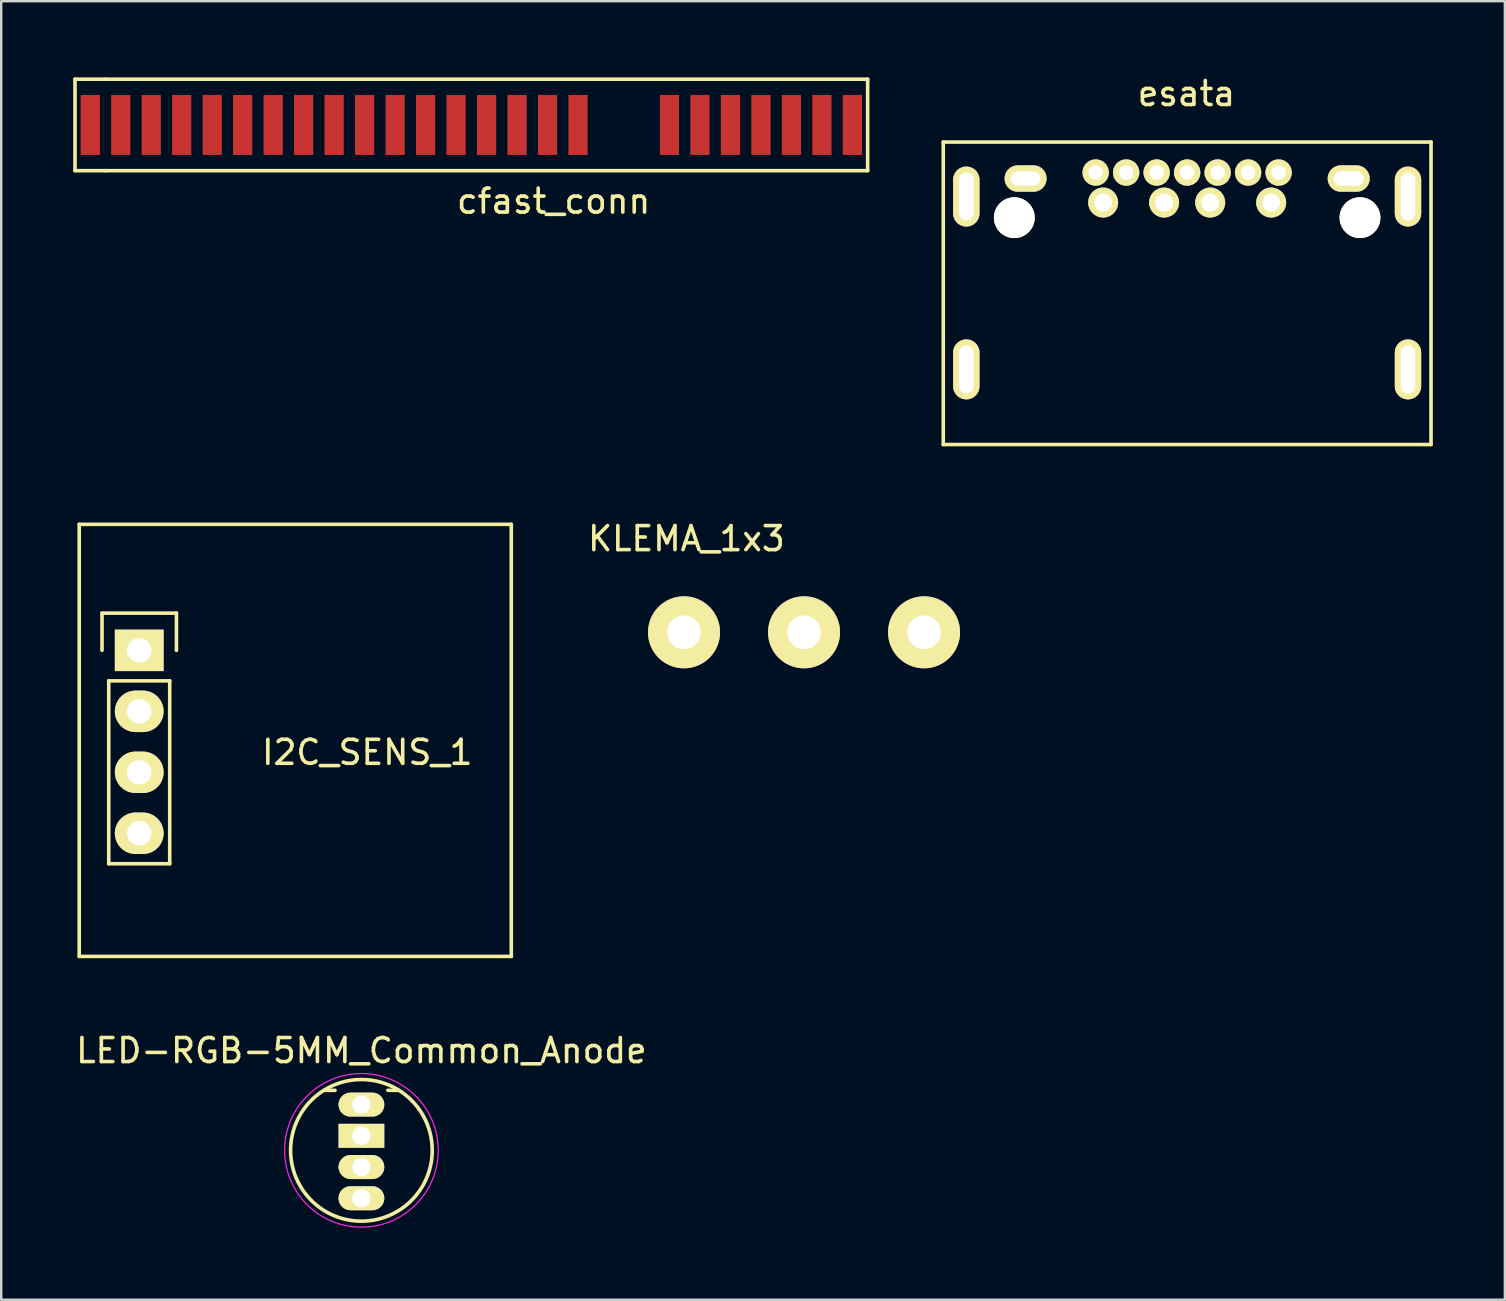
<source format=kicad_pcb>
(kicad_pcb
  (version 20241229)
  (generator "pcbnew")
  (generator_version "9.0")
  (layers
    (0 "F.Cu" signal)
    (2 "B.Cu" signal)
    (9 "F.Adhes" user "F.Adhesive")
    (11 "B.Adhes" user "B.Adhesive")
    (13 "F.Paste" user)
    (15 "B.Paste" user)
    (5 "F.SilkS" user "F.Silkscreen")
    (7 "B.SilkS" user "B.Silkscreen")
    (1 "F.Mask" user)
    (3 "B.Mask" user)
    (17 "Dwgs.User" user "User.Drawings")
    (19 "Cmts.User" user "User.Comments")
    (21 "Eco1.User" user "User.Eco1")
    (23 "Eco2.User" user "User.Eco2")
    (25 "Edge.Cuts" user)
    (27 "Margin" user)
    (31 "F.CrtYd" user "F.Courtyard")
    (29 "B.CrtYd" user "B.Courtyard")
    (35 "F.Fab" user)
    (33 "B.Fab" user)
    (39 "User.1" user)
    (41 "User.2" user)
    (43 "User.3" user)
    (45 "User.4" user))
  (footprint "cfast_conn"
    (layer "F.Cu")
    (at 18.109 0.25)
    (property "Reference" "cfast_conn" (at 1.905 5.08 0) (layer "F.SilkS") (effects (font (size 1 1) (thickness 0.15))))
    (attr through_hole)
    (fp_line (start -18.034 0) (end -18.034 3.81) (stroke (width 0.15) (type solid)) (layer "F.SilkS"))
    (fp_line (start -18.034 3.81) (end -16.764 3.81) (stroke (width 0.15) (type solid)) (layer "F.SilkS"))
    (fp_line (start -16.764 0) (end -18.034 0) (stroke (width 0.15) (type solid)) (layer "F.SilkS"))
    (fp_line (start -16.764 0) (end 14.986 0) (stroke (width 0.15) (type solid)) (layer "F.SilkS"))
    (fp_line (start 14.986 0) (end 14.986 3.81) (stroke (width 0.15) (type solid)) (layer "F.SilkS"))
    (fp_line (start 14.986 3.81) (end -16.764 3.81) (stroke (width 0.15) (type solid)) (layer "F.SilkS"))
    (pad "PC1" smd rect (at 2.921 1.905) (size 0.8 2.5) (layers "F.Cu" "F.Mask" "F.Paste"))
    (pad "PC2" smd rect (at 1.651 1.905) (size 0.8 2.5) (layers "F.Cu" "F.Mask" "F.Paste"))
    (pad "PC3" smd rect (at 0.381 1.905) (size 0.8 2.5) (layers "F.Cu" "F.Mask" "F.Paste"))
    (pad "PC4" smd rect (at -0.889 1.905) (size 0.8 2.5) (layers "F.Cu" "F.Mask" "F.Paste"))
    (pad "PC5" smd rect (at -2.159 1.905) (size 0.8 2.5) (layers "F.Cu" "F.Mask" "F.Paste"))
    (pad "PC6" smd rect (at -3.429 1.905) (size 0.8 2.5) (layers "F.Cu" "F.Mask" "F.Paste"))
    (pad "PC7" smd rect (at -4.699 1.905) (size 0.8 2.5) (layers "F.Cu" "F.Mask" "F.Paste"))
    (pad "PC8" smd rect (at -5.969 1.905) (size 0.8 2.5) (layers "F.Cu" "F.Mask" "F.Paste"))
    (pad "PC9" smd rect (at -7.239 1.905) (size 0.8 2.5) (layers "F.Cu" "F.Mask" "F.Paste"))
    (pad "PC10" smd rect (at -8.509 1.905) (size 0.8 2.5) (layers "F.Cu" "F.Mask" "F.Paste"))
    (pad "PC11" smd rect (at -9.779 1.905) (size 0.8 2.5) (layers "F.Cu" "F.Mask" "F.Paste"))
    (pad "PC12" smd rect (at -11.049 1.905) (size 0.8 2.5) (layers "F.Cu" "F.Mask" "F.Paste"))
    (pad "PC13" smd rect (at -12.319 1.905) (size 0.8 2.5) (layers "F.Cu" "F.Mask" "F.Paste"))
    (pad "PC14" smd rect (at -13.589 1.905) (size 0.8 2.5) (layers "F.Cu" "F.Mask" "F.Paste"))
    (pad "PC15" smd rect (at -14.859 1.905) (size 0.8 2.5) (layers "F.Cu" "F.Mask" "F.Paste"))
    (pad "PC16" smd rect (at -16.129 1.905) (size 0.8 2.5) (layers "F.Cu" "F.Mask" "F.Paste"))
    (pad "PC17" smd rect (at -17.399 1.905) (size 0.8 2.5) (layers "F.Cu" "F.Mask" "F.Paste"))
    (pad "S1" smd rect (at 14.351 1.905) (size 0.8 2.5) (layers "F.Cu" "F.Mask" "F.Paste"))
    (pad "S2" smd rect (at 13.081 1.905) (size 0.8 2.5) (layers "F.Cu" "F.Mask" "F.Paste"))
    (pad "S3" smd rect (at 11.811 1.905) (size 0.8 2.5) (layers "F.Cu" "F.Mask" "F.Paste"))
    (pad "S4" smd rect (at 10.541 1.905) (size 0.8 2.5) (layers "F.Cu" "F.Mask" "F.Paste"))
    (pad "S5" smd rect (at 9.271 1.905) (size 0.8 2.5) (layers "F.Cu" "F.Mask" "F.Paste"))
    (pad "S6" smd rect (at 8.001 1.905) (size 0.8 2.5) (layers "F.Cu" "F.Mask" "F.Paste"))
    (pad "S7" smd rect (at 6.731 1.905) (size 0.8 2.5) (layers "F.Cu" "F.Mask" "F.Paste")))
  (footprint "I2C_SENS_1"
    (layer "F.Cu")
    (at 0.25 18.793)
    (property "Reference" "I2C_SENS_1" (at 12 9.5 0) (layer "F.SilkS") (effects (font (size 1 1) (thickness 0.15))))
    (attr through_hole)
    (fp_line (start 0 0) (end 18 0) (stroke (width 0.15) (type solid)) (layer "F.SilkS"))
    (fp_line (start 0 18) (end 0 0) (stroke (width 0.15) (type solid)) (layer "F.SilkS"))
    (fp_line (start 0.95 3.7) (end 4.05 3.7) (stroke (width 0.15) (type solid)) (layer "F.SilkS"))
    (fp_line (start 0.95 5.25) (end 0.95 3.7) (stroke (width 0.15) (type solid)) (layer "F.SilkS"))
    (fp_line (start 1.23 6.52) (end 1.23 14.14) (stroke (width 0.15) (type solid)) (layer "F.SilkS"))
    (fp_line (start 1.23 14.14) (end 3.77 14.14) (stroke (width 0.15) (type solid)) (layer "F.SilkS"))
    (fp_line (start 3.77 6.52) (end 1.23 6.52) (stroke (width 0.15) (type solid)) (layer "F.SilkS"))
    (fp_line (start 3.77 6.52) (end 3.77 14.14) (stroke (width 0.15) (type solid)) (layer "F.SilkS"))
    (fp_line (start 4.05 3.7) (end 4.05 5.25) (stroke (width 0.15) (type solid)) (layer "F.SilkS"))
    (fp_line (start 18 0) (end 18 18) (stroke (width 0.15) (type solid)) (layer "F.SilkS"))
    (fp_line (start 18 18) (end 0 18) (stroke (width 0.15) (type solid)) (layer "F.SilkS"))
    (pad "1" thru_hole rect (at 2.5 5.25) (size 2.032 1.727) (drill 1.016) (layers "*.Cu" "*.Mask" "F.SilkS"))
    (pad "2" thru_hole oval (at 2.5 7.79) (size 2.032 1.727) (drill 1.016) (layers "*.Cu" "*.Mask" "F.SilkS"))
    (pad "3" thru_hole oval (at 2.5 10.33) (size 2.032 1.727) (drill 1.016) (layers "*.Cu" "*.Mask" "F.SilkS"))
    (pad "4" thru_hole oval (at 2.5 12.87) (size 2.032 1.727) (drill 1.016) (layers "*.Cu" "*.Mask" "F.SilkS")))
  (footprint "esata"
    (layer "F.Cu")
    (at 46.405 4.138)
    (property "Reference" "esata" (at -0.03 -3.29 0) (layer "F.SilkS") (effects (font (size 1 1) (thickness 0.15))))
    (attr through_hole)
    (fp_line (start -10.16 -1.27) (end 10.16 -1.27) (stroke (width 0.15) (type solid)) (layer "F.SilkS"))
    (fp_line (start -10.16 11.33) (end -10.16 -1.27) (stroke (width 0.15) (type solid)) (layer "F.SilkS"))
    (fp_line (start 10.16 -1.27) (end 10.16 11.33) (stroke (width 0.15) (type solid)) (layer "F.SilkS"))
    (fp_line (start 10.16 11.33) (end -10.16 11.33) (stroke (width 0.15) (type solid)) (layer "F.SilkS"))
    (pad "" np_thru_hole circle (at -7.2 1.88) (size 1.7 1.7) (drill 1.7) (layers "*.Cu" "*.Mask" "F.SilkS"))
    (pad "" np_thru_hole circle (at 7.2 1.88) (size 1.7 1.7) (drill 1.7) (layers "*.Cu" "*.Mask" "F.SilkS"))
    (pad "G1" thru_hole oval (at -9.2 8.2) (size 1.1 2.5) (drill oval 0.6 2) (layers "*.Cu" "*.Mask" "F.SilkS"))
    (pad "G2" thru_hole oval (at -9.2 1) (size 1.1 2.5) (drill oval 0.6 2) (layers "*.Cu" "*.Mask" "F.SilkS"))
    (pad "G3" thru_hole oval (at 9.2 8.2) (size 1.1 2.5) (drill oval 0.6 2) (layers "*.Cu" "*.Mask" "F.SilkS"))
    (pad "G4" thru_hole oval (at 9.2 1) (size 1.1 2.5) (drill oval 0.6 2) (layers "*.Cu" "*.Mask" "F.SilkS"))
    (pad "P1" thru_hole circle (at 3.5 1.25) (size 1.25 1.25) (drill 0.75) (layers "*.Cu" "*.Mask" "F.SilkS"))
    (pad "P2" thru_hole circle (at 0.96 1.25) (size 1.25 1.25) (drill 0.75) (layers "*.Cu" "*.Mask" "F.SilkS"))
    (pad "P3" thru_hole circle (at -0.96 1.25) (size 1.25 1.25) (drill 0.75) (layers "*.Cu" "*.Mask" "F.SilkS"))
    (pad "P4" thru_hole circle (at -3.5 1.25) (size 1.25 1.25) (drill 0.75) (layers "*.Cu" "*.Mask" "F.SilkS"))
    (pad "P5" thru_hole circle (at -3.81 0) (size 1.1 1.1) (drill 0.6) (layers "*.Cu" "*.Mask" "F.SilkS"))
    (pad "P6" thru_hole circle (at -2.54 0) (size 1.1 1.1) (drill 0.6) (layers "*.Cu" "*.Mask" "F.SilkS"))
    (pad "P7" thru_hole circle (at -1.27 0) (size 1.1 1.1) (drill 0.6) (layers "*.Cu" "*.Mask" "F.SilkS"))
    (pad "P8" thru_hole circle (at 0 0) (size 1.1 1.1) (drill 0.6) (layers "*.Cu" "*.Mask" "F.SilkS"))
    (pad "P9" thru_hole circle (at 1.27 0) (size 1.1 1.1) (drill 0.6) (layers "*.Cu" "*.Mask" "F.SilkS"))
    (pad "P10" thru_hole circle (at 2.54 0) (size 1.1 1.1) (drill 0.6) (layers "*.Cu" "*.Mask" "F.SilkS"))
    (pad "P11" thru_hole circle (at 3.81 0) (size 1.1 1.1) (drill 0.6) (layers "*.Cu" "*.Mask" "F.SilkS"))
    (pad "P12" thru_hole oval (at -6.73 0.25) (size 1.75 1.1) (drill oval 1.25 0.6) (layers "*.Cu" "*.Mask" "F.SilkS"))
    (pad "P13" thru_hole oval (at 6.73 0.25) (size 1.75 1.1) (drill oval 1.25 0.6) (layers "*.Cu" "*.Mask" "F.SilkS")))
  (footprint "KLEMA_1x3"
    (layer "F.Cu")
    (at 25.445 19.791)
    (property "Reference" "KLEMA_1x3" (at 0.1 -0.4 0) (layer "F.SilkS") (effects (font (size 1 1) (thickness 0.15))))
    (attr through_hole)
    (pad "1" thru_hole circle (at 0 3.5) (size 3 3) (drill 1.4) (layers "*.Cu" "*.Mask" "F.SilkS"))
    (pad "2" thru_hole circle (at 5 3.5) (size 3 3) (drill 1.4) (layers "*.Cu" "*.Mask" "F.SilkS"))
    (pad "3" thru_hole circle (at 10 3.5) (size 3 3) (drill 1.4) (layers "*.Cu" "*.Mask" "F.SilkS")))
  (footprint "LED-RGB-5MM_Common_Anode"
    (layer "F.Cu")
    (at 12.006 42.967)
    (property "Reference" "LED-RGB-5MM_Common_Anode" (at 0 -2.25 0) (layer "F.SilkS") (effects (font (size 1 1) (thickness 0.15))))
    (attr through_hole)
    (fp_line (start -1.1 -0.595) (end -1.55 -0.595) (stroke (width 0.15) (type solid)) (layer "F.SilkS"))
    (fp_line (start 1.1 -0.595) (end 1.55 -0.595) (stroke (width 0.15) (type solid)) (layer "F.SilkS"))
    (fp_circle (center 0 1.905) (end 2.95 1.905) (stroke (width 0.15) (type solid)) (fill no) (layer "F.SilkS"))
    (fp_circle (center 0 1.905) (end 3.2 1.905) (stroke (width 0.05) (type solid)) (fill no) (layer "F.CrtYd"))
    (pad "1" thru_hole oval (at 0 0) (size 1.905 1) (drill 0.762) (layers "*.Cu" "*.Mask" "F.SilkS"))
    (pad "2" thru_hole rect (at 0 1.3) (size 1.905 1) (drill 0.762) (layers "*.Cu" "*.Mask" "F.SilkS"))
    (pad "3" thru_hole oval (at 0 2.6) (size 1.905 1) (drill 0.762) (layers "*.Cu" "*.Mask" "F.SilkS"))
    (pad "4" thru_hole oval (at 0 3.9) (size 1.905 1) (drill 0.762) (layers "*.Cu" "*.Mask" "F.SilkS")))
  (gr_rect
    (start -3 -3)
    (end 59.64 51.096)
    (stroke (width 0.1) (type default))
    (fill no)
    (layer "Edge.Cuts")))
</source>
